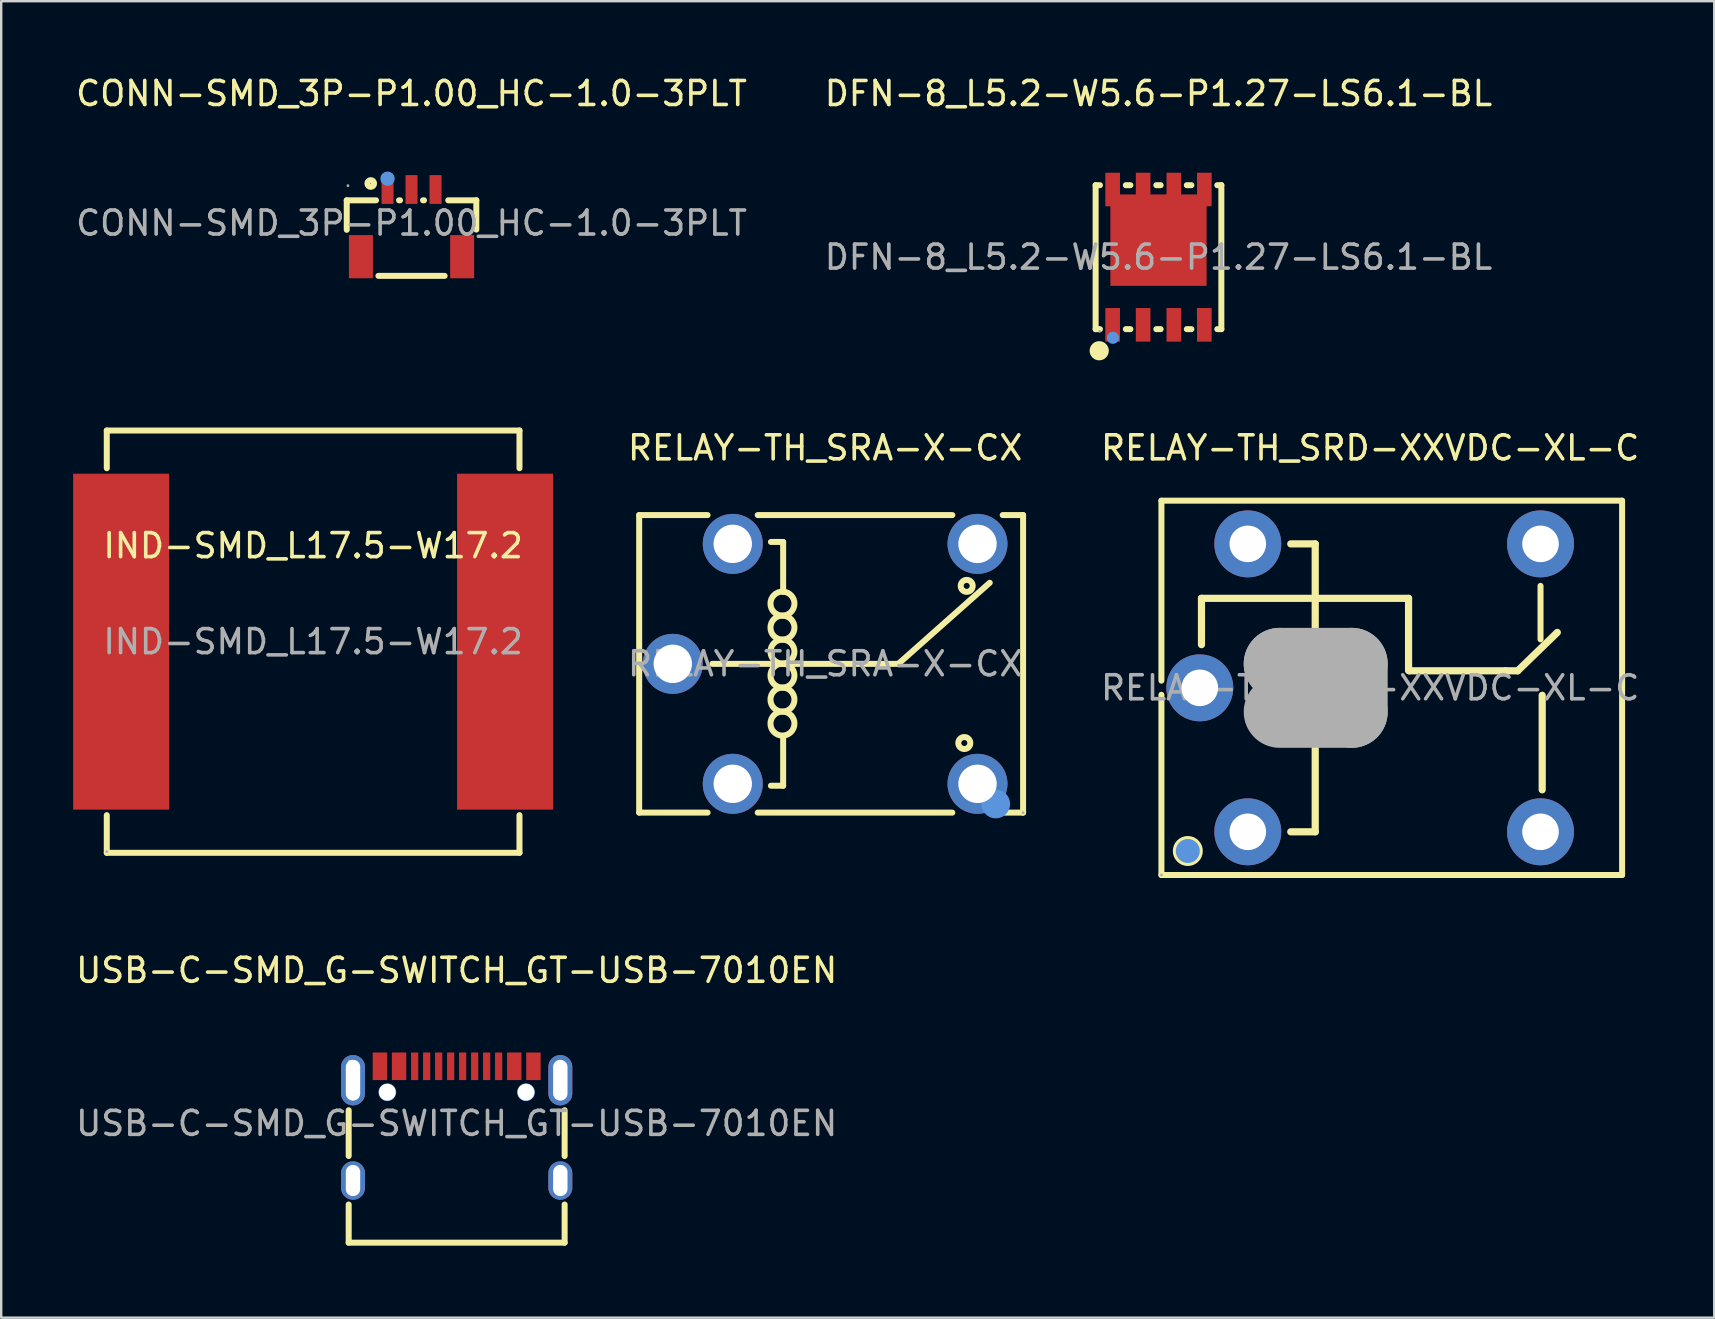
<source format=kicad_pcb>
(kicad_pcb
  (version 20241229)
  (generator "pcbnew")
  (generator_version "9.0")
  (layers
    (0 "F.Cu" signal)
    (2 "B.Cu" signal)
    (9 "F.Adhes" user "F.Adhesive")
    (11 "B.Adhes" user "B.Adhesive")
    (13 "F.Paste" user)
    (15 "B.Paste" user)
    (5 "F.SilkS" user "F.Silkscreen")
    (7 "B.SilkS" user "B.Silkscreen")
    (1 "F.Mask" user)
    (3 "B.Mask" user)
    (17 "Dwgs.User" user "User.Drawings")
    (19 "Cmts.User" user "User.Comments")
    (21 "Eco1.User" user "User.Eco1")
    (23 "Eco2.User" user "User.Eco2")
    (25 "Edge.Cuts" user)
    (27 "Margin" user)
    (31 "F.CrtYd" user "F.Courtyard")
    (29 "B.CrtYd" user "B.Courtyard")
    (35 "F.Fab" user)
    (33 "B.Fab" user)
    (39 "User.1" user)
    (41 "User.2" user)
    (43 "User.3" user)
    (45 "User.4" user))
  (footprint "USB-C-SMD_G-SWITCH_GT-USB-7010EN"
    (layer "F.Cu")
    (at 15.982 43.77)
    (property "Reference" "USB-C-SMD_G-SWITCH_GT-USB-7010EN" (at 0 -6.38 0) (layer "F.SilkS") (effects (font (size 1 1) (thickness 0.15))))
    (attr smd)
    (fp_line (start -4.5 1.36) (end -4.5 -0.55) (stroke (width 0.25) (type solid)) (layer "F.SilkS"))
    (fp_line (start -4.5 4.97) (end -4.5 3.38) (stroke (width 0.25) (type solid)) (layer "F.SilkS"))
    (fp_line (start -4.5 4.97) (end 4.5 4.97) (stroke (width 0.25) (type solid)) (layer "F.SilkS"))
    (fp_line (start 4.5 1.36) (end 4.5 -0.55) (stroke (width 0.25) (type solid)) (layer "F.SilkS"))
    (fp_line (start 4.5 4.97) (end 4.5 3.38) (stroke (width 0.25) (type solid)) (layer "F.SilkS"))
    (fp_circle (center -2.89 -1.3) (end -2.77 -1.3) (stroke (width 0.25) (type solid)) (fill no) (layer "Cmts.User"))
    (fp_circle (center 2.89 -1.3) (end 3.01 -1.3) (stroke (width 0.25) (type solid)) (fill no) (layer "Cmts.User"))
    (fp_circle (center -4.47 -2.6) (end -4.44 -2.6) (stroke (width 0.06) (type solid)) (fill no) (layer "F.Fab"))
    (fp_text user "${REFERENCE}" (at 0 0 0) (layer "F.Fab") (effects (font (size 1 1) (thickness 0.15))))
    (pad "" thru_hole circle (at -2.89 -1.3) (size 0.7 0.7) (drill 0.7) (layers "*.Cu" "*.Mask"))
    (pad "" thru_hole circle (at 2.89 -1.3) (size 0.7 0.7) (drill 0.7) (layers "*.Cu" "*.Mask"))
    (pad "1" thru_hole oval (at -4.32 -1.8) (size 1 2.1) (drill oval 0.6 1.7) (layers "*.Cu" "*.Mask"))
    (pad "2" thru_hole oval (at 4.32 -1.8) (size 1 2.1) (drill oval 0.6 1.7) (layers "*.Cu" "*.Mask"))
    (pad "3" thru_hole oval (at 4.32 2.38) (size 1 1.6) (drill oval 0.6 1.3) (layers "*.Cu" "*.Mask"))
    (pad "4" thru_hole oval (at -4.32 2.38) (size 1 1.6) (drill oval 0.6 1.3) (layers "*.Cu" "*.Mask"))
    (pad "A1B12" smd rect (at -3.2 -2.38) (size 0.6 1.15) (layers "F.Cu" "F.Mask" "F.Paste"))
    (pad "A4B9" smd rect (at -2.4 -2.38) (size 0.6 1.15) (layers "F.Cu" "F.Mask" "F.Paste"))
    (pad "A5" smd rect (at -1.25 -2.38) (size 0.3 1.15) (layers "F.Cu" "F.Mask" "F.Paste"))
    (pad "A6" smd rect (at -0.25 -2.38) (size 0.3 1.15) (layers "F.Cu" "F.Mask" "F.Paste"))
    (pad "A7" smd rect (at 0.25 -2.38) (size 0.3 1.15) (layers "F.Cu" "F.Mask" "F.Paste"))
    (pad "A8" smd rect (at 1.25 -2.38) (size 0.3 1.15) (layers "F.Cu" "F.Mask" "F.Paste"))
    (pad "B1A12" smd rect (at 3.2 -2.38) (size 0.6 1.15) (layers "F.Cu" "F.Mask" "F.Paste"))
    (pad "B4A9" smd rect (at 2.4 -2.38) (size 0.6 1.15) (layers "F.Cu" "F.Mask" "F.Paste"))
    (pad "B5" smd rect (at 1.75 -2.38) (size 0.3 1.15) (layers "F.Cu" "F.Mask" "F.Paste"))
    (pad "B6" smd rect (at 0.75 -2.38) (size 0.3 1.15) (layers "F.Cu" "F.Mask" "F.Paste"))
    (pad "B7" smd rect (at -0.75 -2.38) (size 0.3 1.15) (layers "F.Cu" "F.Mask" "F.Paste"))
    (pad "B8" smd rect (at -1.75 -2.38) (size 0.3 1.15) (layers "F.Cu" "F.Mask" "F.Paste")))
  (footprint "CONN-SMD_3P-P1.00_HC-1.0-3PLT"
    (layer "F.Cu")
    (at 14.101 6.248)
    (property "Reference" "CONN-SMD_3P-P1.00_HC-1.0-3PLT" (at 0 -5.4 0) (layer "F.SilkS") (effects (font (size 1 1) (thickness 0.15))))
    (attr smd)
    (fp_line (start -2.7 -0.95) (end -2.7 0.28) (stroke (width 0.25) (type solid)) (layer "F.SilkS"))
    (fp_line (start -1.48 -0.95) (end -2.7 -0.95) (stroke (width 0.25) (type solid)) (layer "F.SilkS"))
    (fp_line (start -1.38 2.2) (end 1.38 2.2) (stroke (width 0.25) (type solid)) (layer "F.SilkS"))
    (fp_line (start -0.48 -0.95) (end -0.52 -0.95) (stroke (width 0.25) (type solid)) (layer "F.SilkS"))
    (fp_line (start 0.52 -0.95) (end 0.48 -0.95) (stroke (width 0.25) (type solid)) (layer "F.SilkS"))
    (fp_line (start 2.7 -0.95) (end 1.53 -0.95) (stroke (width 0.25) (type solid)) (layer "F.SilkS"))
    (fp_line (start 2.7 -0.95) (end 2.7 0.27) (stroke (width 0.25) (type solid)) (layer "F.SilkS"))
    (fp_circle (center -1.7 -1.65) (end -1.56 -1.65) (stroke (width 0.25) (type solid)) (fill no) (layer "F.SilkS"))
    (fp_circle (center -1 -1.85) (end -0.85 -1.85) (stroke (width 0.3) (type solid)) (fill no) (layer "Cmts.User"))
    (fp_circle (center -2.65 -1.56) (end -2.62 -1.56) (stroke (width 0.06) (type solid)) (fill no) (layer "F.Fab"))
    (fp_text user "${REFERENCE}" (at 0 0 0) (layer "F.Fab") (effects (font (size 1 1) (thickness 0.15))))
    (pad "1" smd rect (at -1 -1.4) (size 0.5 1.2) (layers "F.Cu" "F.Mask" "F.Paste"))
    (pad "2" smd rect (at 0 -1.4) (size 0.5 1.2) (layers "F.Cu" "F.Mask" "F.Paste"))
    (pad "3" smd rect (at 1 -1.4) (size 0.5 1.2) (layers "F.Cu" "F.Mask" "F.Paste"))
    (pad "4" smd rect (at 2.11 1.4) (size 1 1.8) (layers "F.Cu" "F.Mask" "F.Paste"))
    (pad "5" smd rect (at -2.11 1.4) (size 1 1.8) (layers "F.Cu" "F.Mask" "F.Paste")))
  (footprint "RELAY-TH_SRD-XXVDC-XL-C"
    (layer "F.Cu")
    (at 54.054 25.617)
    (property "Reference" "RELAY-TH_SRD-XXVDC-XL-C" (at 0 -10 0) (layer "F.SilkS") (effects (font (size 1 1) (thickness 0.15))))
    (attr through_hole)
    (fp_line (start -8.7 -7.8) (end -8.7 -0.3) (stroke (width 0.25) (type solid)) (layer "F.SilkS"))
    (fp_line (start -8.7 0.29) (end -8.7 7.8) (stroke (width 0.25) (type solid)) (layer "F.SilkS"))
    (fp_line (start -7.03 -3.73) (end 1.6 -3.73) (stroke (width 0.3) (type solid)) (layer "F.SilkS"))
    (fp_line (start -7.03 -1.8) (end -7.03 -3.73) (stroke (width 0.3) (type solid)) (layer "F.SilkS"))
    (fp_line (start -2.29 -6) (end -3.31 -6) (stroke (width 0.3) (type solid)) (layer "F.SilkS"))
    (fp_line (start -2.29 -1.05) (end -2.29 -6) (stroke (width 0.3) (type solid)) (layer "F.SilkS"))
    (fp_line (start -2.29 6) (end -3.31 6) (stroke (width 0.3) (type solid)) (layer "F.SilkS"))
    (fp_line (start -2.29 6) (end -2.29 1.05) (stroke (width 0.3) (type solid)) (layer "F.SilkS"))
    (fp_line (start 1.6 -3.73) (end 1.6 -0.73) (stroke (width 0.3) (type solid)) (layer "F.SilkS"))
    (fp_line (start 1.6 -0.73) (end 1.63 -0.71) (stroke (width 0.3) (type solid)) (layer "F.SilkS"))
    (fp_line (start 1.63 -0.71) (end 5.64 -0.71) (stroke (width 0.3) (type solid)) (layer "F.SilkS"))
    (fp_line (start 5.64 -0.71) (end 6.15 -0.71) (stroke (width 0.3) (type solid)) (layer "F.SilkS"))
    (fp_line (start 6.15 -0.71) (end 7.8 -2.31) (stroke (width 0.3) (type solid)) (layer "F.SilkS"))
    (fp_line (start 7.1 -4.25) (end 7.1 -2.02) (stroke (width 0.25) (type solid)) (layer "F.SilkS"))
    (fp_line (start 7.17 4.25) (end 7.17 0.31) (stroke (width 0.3) (type solid)) (layer "F.SilkS"))
    (fp_line (start 10.5 -7.8) (end -8.7 -7.8) (stroke (width 0.25) (type solid)) (layer "F.SilkS"))
    (fp_line (start 10.5 7.8) (end -8.7 7.8) (stroke (width 0.25) (type solid)) (layer "F.SilkS"))
    (fp_line (start 10.5 7.8) (end 10.5 -7.8) (stroke (width 0.25) (type solid)) (layer "F.SilkS"))
    (fp_circle (center -7.6 6.8) (end -7.1 6.8) (stroke (width 0.25) (type solid)) (fill no) (layer "F.SilkS"))
    (fp_circle (center -7.6 6.8) (end -7.35 6.8) (stroke (width 0.5) (type solid)) (fill no) (layer "Cmts.User"))
    (fp_line (start -3.77 -1) (end -3.77 -1) (stroke (width 3) (type solid)) (layer "F.Fab"))
    (fp_line (start -3.77 -1) (end -0.77 -1) (stroke (width 3) (type solid)) (layer "F.Fab"))
    (fp_line (start -0.77 -1) (end -0.77 1) (stroke (width 3) (type solid)) (layer "F.Fab"))
    (fp_line (start -0.77 1) (end -3.77 1) (stroke (width 3) (type solid)) (layer "F.Fab"))
    (fp_circle (center -8.7 7.8) (end -8.67 7.8) (stroke (width 0.06) (type solid)) (fill no) (layer "F.Fab"))
    (fp_circle (center -5.1 -6) (end -4.95 -6) (stroke (width 0.3) (type solid)) (fill no) (layer "F.Fab"))
    (fp_circle (center -5.1 6) (end -4.95 6) (stroke (width 0.3) (type solid)) (fill no) (layer "F.Fab"))
    (fp_text user "${REFERENCE}" (at 0 0 0) (layer "F.Fab") (effects (font (size 1 1) (thickness 0.15))))
    (pad "1" thru_hole circle (at -5.1 6 180) (size 2.79 2.79) (drill 1.524) (layers "*.Cu" "*.Mask"))
    (pad "2" thru_hole circle (at 7.1 6 180) (size 2.79 2.79) (drill 1.524) (layers "*.Cu" "*.Mask"))
    (pad "3" thru_hole circle (at 7.1 -6 180) (size 2.79 2.79) (drill 1.524) (layers "*.Cu" "*.Mask"))
    (pad "4" thru_hole circle (at -5.1 -6 180) (size 2.79 2.79) (drill 1.524) (layers "*.Cu" "*.Mask"))
    (pad "5" thru_hole circle (at -7.1 0 180) (size 2.79 2.79) (drill 1.524) (layers "*.Cu" "*.Mask")))
  (footprint "DFN-8_L5.2-W5.6-P1.27-LS6.1-BL"
    (layer "F.Cu")
    (at 45.232 7.668)
    (property "Reference" "DFN-8_L5.2-W5.6-P1.27-LS6.1-BL" (at 0 -6.82 0) (layer "F.SilkS") (effects (font (size 1 1) (thickness 0.15))))
    (attr smd)
    (fp_line (start -2.62 -3) (end -2.44 -3) (stroke (width 0.25) (type solid)) (layer "F.SilkS"))
    (fp_line (start -2.62 3) (end -2.62 -3) (stroke (width 0.25) (type solid)) (layer "F.SilkS"))
    (fp_line (start -2.62 3) (end -2.44 3) (stroke (width 0.25) (type solid)) (layer "F.SilkS"))
    (fp_line (start -1.36 -3) (end -1.17 -3) (stroke (width 0.25) (type solid)) (layer "F.SilkS"))
    (fp_line (start -1.36 3) (end -1.17 3) (stroke (width 0.25) (type solid)) (layer "F.SilkS"))
    (fp_line (start -0.09 -3) (end 0.09 -3) (stroke (width 0.25) (type solid)) (layer "F.SilkS"))
    (fp_line (start -0.09 3) (end 0.09 3) (stroke (width 0.25) (type solid)) (layer "F.SilkS"))
    (fp_line (start 1.18 -3) (end 1.37 -3) (stroke (width 0.25) (type solid)) (layer "F.SilkS"))
    (fp_line (start 1.18 3) (end 1.37 3) (stroke (width 0.25) (type solid)) (layer "F.SilkS"))
    (fp_line (start 2.45 -3) (end 2.62 -3) (stroke (width 0.25) (type solid)) (layer "F.SilkS"))
    (fp_line (start 2.45 3) (end 2.62 3) (stroke (width 0.25) (type solid)) (layer "F.SilkS"))
    (fp_line (start 2.62 3) (end 2.62 -3) (stroke (width 0.25) (type solid)) (layer "F.SilkS"))
    (fp_arc (start -2.47 3.9) (mid -2.47 3.9) (end -2.47 3.9) (stroke (width 0.4) (type solid)) (layer "F.SilkS"))
    (fp_circle (center -1.9 3.36) (end -1.77 3.36) (stroke (width 0.25) (type solid)) (fill no) (layer "Cmts.User"))
    (fp_circle (center -2.45 3.09) (end -2.42 3.09) (stroke (width 0.06) (type solid)) (fill no) (layer "F.Fab"))
    (fp_text user "${REFERENCE}" (at 0 0 0) (layer "F.Fab") (effects (font (size 1 1) (thickness 0.15))))
    (pad "1" smd rect (at -1.91 2.82) (size 0.61 1.4) (layers "F.Cu" "F.Mask" "F.Paste"))
    (pad "1" smd rect (at -0.64 2.82) (size 0.61 1.4) (layers "F.Cu" "F.Mask" "F.Paste"))
    (pad "1" smd rect (at 0.64 2.82) (size 0.61 1.4) (layers "F.Cu" "F.Mask" "F.Paste"))
    (pad "2" smd rect (at 1.91 2.82) (size 0.61 1.4) (layers "F.Cu" "F.Mask" "F.Paste"))
    (pad "3" smd rect (at -1.91 -2.82) (size 0.61 1.4) (layers "F.Cu" "F.Mask" "F.Paste"))
    (pad "3" smd rect (at -0.64 -2.82) (size 0.61 1.4) (layers "F.Cu" "F.Mask" "F.Paste"))
    (pad "3" smd rect (at 0 -0.71 90) (size 3.81 4.01) (layers "F.Cu" "F.Mask" "F.Paste"))
    (pad "3" smd rect (at 0.64 -2.82) (size 0.61 1.4) (layers "F.Cu" "F.Mask" "F.Paste"))
    (pad "3" smd rect (at 1.91 -2.82) (size 0.61 1.4) (layers "F.Cu" "F.Mask" "F.Paste")))
  (footprint "IND-SMD_L17.5-W17.2"
    (layer "F.Cu")
    (at 10 23.693)
    (property "Reference" "IND-SMD_L17.5-W17.2" (at 0 -4 0) (layer "F.SilkS") (effects (font (size 1 1) (thickness 0.15))))
    (attr smd)
    (fp_line (start -8.6 -8.8) (end -8.6 -7.23) (stroke (width 0.25) (type solid)) (layer "F.SilkS"))
    (fp_line (start -8.6 -8.8) (end 8.6 -8.8) (stroke (width 0.25) (type solid)) (layer "F.SilkS"))
    (fp_line (start -8.6 7.23) (end -8.6 8.8) (stroke (width 0.25) (type solid)) (layer "F.SilkS"))
    (fp_line (start -8.6 8.8) (end 8.6 8.8) (stroke (width 0.25) (type solid)) (layer "F.SilkS"))
    (fp_line (start 8.6 -8.8) (end 8.6 -7.23) (stroke (width 0.25) (type solid)) (layer "F.SilkS"))
    (fp_line (start 8.6 7.23) (end 8.6 8.8) (stroke (width 0.25) (type solid)) (layer "F.SilkS"))
    (fp_circle (center -8.6 8.75) (end -8.57 8.75) (stroke (width 0.06) (type solid)) (fill no) (layer "F.Fab"))
    (fp_text user "${REFERENCE}" (at 0 0 0) (layer "F.Fab") (effects (font (size 1 1) (thickness 0.15))))
    (pad "1" smd rect (at -8 0) (size 4 14) (layers "F.Cu" "F.Mask" "F.Paste"))
    (pad "2" smd rect (at 8 0) (size 4 14) (layers "F.Cu" "F.Mask" "F.Paste")))
  (footprint "RELAY-TH_SRA-X-CX"
    (layer "F.Cu")
    (at 31.339 24.617)
    (property "Reference" "RELAY-TH_SRA-X-CX" (at 0 -9 0) (layer "F.SilkS") (effects (font (size 1 1) (thickness 0.15))))
    (attr through_hole)
    (fp_line (start -7.75 -6.2) (end -4.9 -6.2) (stroke (width 0.25) (type solid)) (layer "F.SilkS"))
    (fp_line (start -7.75 6.2) (end -7.75 -6.2) (stroke (width 0.25) (type solid)) (layer "F.SilkS"))
    (fp_line (start -7.75 6.2) (end -4.9 6.2) (stroke (width 0.25) (type solid)) (layer "F.SilkS"))
    (fp_line (start -4.7 0) (end 3.05 0) (stroke (width 0.25) (type solid)) (layer "F.SilkS"))
    (fp_line (start -2.81 -6.2) (end 5.3 -6.2) (stroke (width 0.25) (type solid)) (layer "F.SilkS"))
    (fp_line (start -2.81 6.2) (end 5.3 6.2) (stroke (width 0.25) (type solid)) (layer "F.SilkS"))
    (fp_line (start -2.26 -5.08) (end -1.75 -5.08) (stroke (width 0.25) (type solid)) (layer "F.SilkS"))
    (fp_line (start -2.26 5.08) (end -1.75 5.08) (stroke (width 0.25) (type solid)) (layer "F.SilkS"))
    (fp_line (start -1.75 -5.08) (end -1.75 -3) (stroke (width 0.25) (type solid)) (layer "F.SilkS"))
    (fp_line (start -1.75 5.08) (end -1.75 3.01) (stroke (width 0.25) (type solid)) (layer "F.SilkS"))
    (fp_line (start 3.05 0) (end 6.86 -3.38) (stroke (width 0.25) (type solid)) (layer "F.SilkS"))
    (fp_line (start 7.4 -6.2) (end 8.25 -6.2) (stroke (width 0.25) (type solid)) (layer "F.SilkS"))
    (fp_line (start 7.4 6.2) (end 8.25 6.2) (stroke (width 0.25) (type solid)) (layer "F.SilkS"))
    (fp_line (start 8.25 6.2) (end 8.25 -6.2) (stroke (width 0.25) (type solid)) (layer "F.SilkS"))
    (fp_arc (start -1.788726 -2.010076) (mid -1.775637 -3.009981) (end -1.78 -2.01) (stroke (width 0.25) (type solid)) (layer "F.SilkS"))
    (fp_arc (start -1.788726 -1.010076) (mid -1.775637 -2.009981) (end -1.78 -1.01) (stroke (width 0.25) (type solid)) (layer "F.SilkS"))
    (fp_arc (start -1.788726 -0.010076) (mid -1.775637 -1.009981) (end -1.78 -0.01) (stroke (width 0.25) (type solid)) (layer "F.SilkS"))
    (fp_arc (start -1.788726 0.989924) (mid -1.775637 -0.009981) (end -1.78 0.99) (stroke (width 0.25) (type solid)) (layer "F.SilkS"))
    (fp_arc (start -1.788726 1.989924) (mid -1.775637 0.990019) (end -1.78 1.99) (stroke (width 0.25) (type solid)) (layer "F.SilkS"))
    (fp_arc (start -1.788726 2.989924) (mid -1.775637 1.990019) (end -1.78 2.99) (stroke (width 0.25) (type solid)) (layer "F.SilkS"))
    (fp_circle (center 5.8 3.3) (end 6.05 3.3) (stroke (width 0.25) (type solid)) (fill no) (layer "F.SilkS"))
    (fp_circle (center 5.9 -3.25) (end 6.15 -3.25) (stroke (width 0.25) (type solid)) (fill no) (layer "F.SilkS"))
    (fp_circle (center 7.11 5.84) (end 7.41 5.84) (stroke (width 0.6) (type solid)) (fill no) (layer "Cmts.User"))
    (fp_circle (center -3.85 -5) (end -3.73 -5) (stroke (width 0.25) (type solid)) (fill no) (layer "F.Fab"))
    (fp_circle (center -3.85 5) (end -3.73 5) (stroke (width 0.25) (type solid)) (fill no) (layer "F.Fab"))
    (fp_circle (center 8.25 6.2) (end 8.28 6.2) (stroke (width 0.06) (type solid)) (fill no) (layer "F.Fab"))
    (fp_text user "${REFERENCE}" (at 0 0 0) (layer "F.Fab") (effects (font (size 1 1) (thickness 0.15))))
    (pad "1" thru_hole circle (at 6.35 5) (size 2.5 2.5) (drill 1.6) (layers "*.Cu" "*.Mask"))
    (pad "2" thru_hole circle (at 6.35 -5) (size 2.5 2.5) (drill 1.6) (layers "*.Cu" "*.Mask"))
    (pad "3" thru_hole circle (at -3.85 -5) (size 2.5 2.5) (drill 1.6) (layers "*.Cu" "*.Mask"))
    (pad "4" thru_hole circle (at -3.85 5) (size 2.5 2.5) (drill 1.6) (layers "*.Cu" "*.Mask"))
    (pad "5" thru_hole circle (at -6.35 0) (size 2.5 2.5) (drill 1.6) (layers "*.Cu" "*.Mask")))
  (gr_rect
    (start -3 -3)
    (end 68.393 51.865)
    (stroke (width 0.1) (type default))
    (fill no)
    (layer "Edge.Cuts")))
</source>
